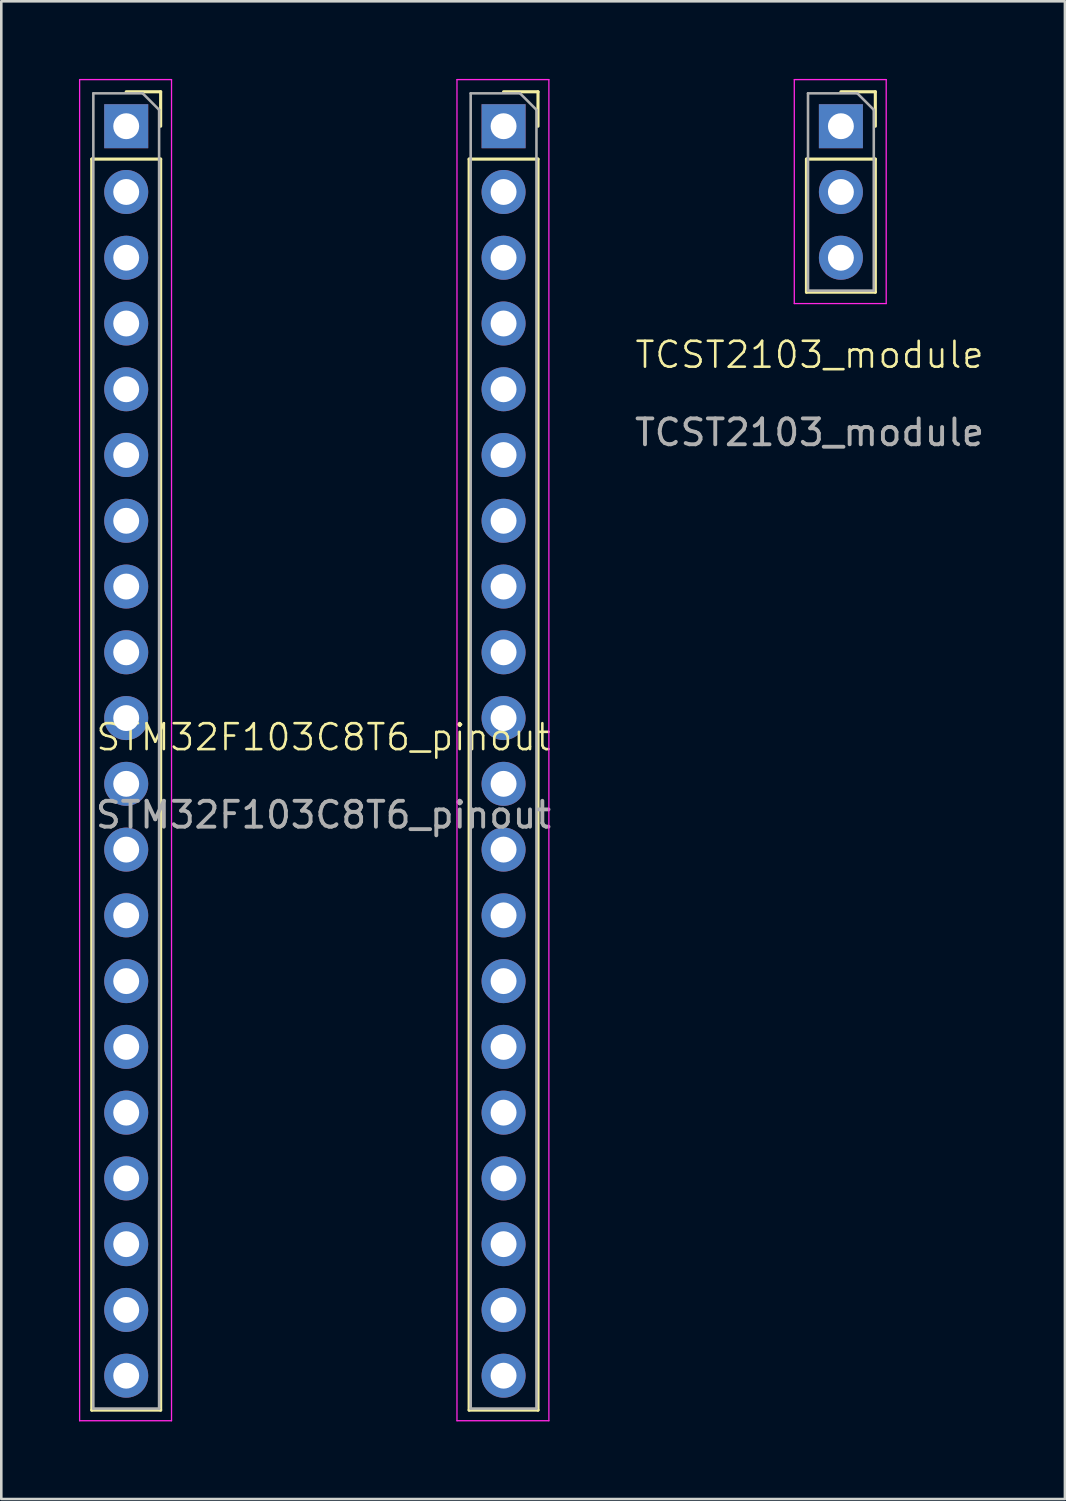
<source format=kicad_pcb>
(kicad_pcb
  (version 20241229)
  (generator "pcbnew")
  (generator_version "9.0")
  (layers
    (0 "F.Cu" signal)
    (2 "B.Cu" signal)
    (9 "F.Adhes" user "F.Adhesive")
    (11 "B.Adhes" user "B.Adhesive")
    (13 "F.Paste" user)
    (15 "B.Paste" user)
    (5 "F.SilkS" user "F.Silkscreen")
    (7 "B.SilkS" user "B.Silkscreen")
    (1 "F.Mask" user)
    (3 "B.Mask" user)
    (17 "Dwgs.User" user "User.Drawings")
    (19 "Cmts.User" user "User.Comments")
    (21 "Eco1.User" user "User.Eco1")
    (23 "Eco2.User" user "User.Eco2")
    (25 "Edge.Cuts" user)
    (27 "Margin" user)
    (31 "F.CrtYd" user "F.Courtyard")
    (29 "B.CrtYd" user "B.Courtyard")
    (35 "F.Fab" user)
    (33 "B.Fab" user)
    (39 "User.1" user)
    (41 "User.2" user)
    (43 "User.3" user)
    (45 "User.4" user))
  (footprint "TCST2103_module"
    (layer "F.Cu")
    (at 28.219 5.575)
    (property "Reference" "TCST2103_module" (at 0 5.08 0) (unlocked yes) (layer "F.SilkS") (effects (font (size 1 1) (thickness 0.1))))
    (attr through_hole)
    (fp_line (start -0.12 -2.48) (end -0.12 2.66) (stroke (width 0.12) (type solid)) (layer "F.SilkS"))
    (fp_line (start -0.12 -2.48) (end 2.54 -2.48) (stroke (width 0.12) (type solid)) (layer "F.SilkS"))
    (fp_line (start -0.12 2.66) (end 2.54 2.66) (stroke (width 0.12) (type solid)) (layer "F.SilkS"))
    (fp_line (start 1.21 -5.08) (end 2.54 -5.08) (stroke (width 0.12) (type solid)) (layer "F.SilkS"))
    (fp_line (start 2.54 -5.08) (end 2.54 -3.75) (stroke (width 0.12) (type solid)) (layer "F.SilkS"))
    (fp_line (start 2.54 -2.48) (end 2.54 2.66) (stroke (width 0.12) (type solid)) (layer "F.SilkS"))
    (fp_line (start -0.59 -5.55) (end 2.96 -5.55) (stroke (width 0.05) (type solid)) (layer "F.CrtYd"))
    (fp_line (start -0.59 3.1) (end -0.59 -5.55) (stroke (width 0.05) (type solid)) (layer "F.CrtYd"))
    (fp_line (start 2.96 -5.55) (end 2.96 3.1) (stroke (width 0.05) (type solid)) (layer "F.CrtYd"))
    (fp_line (start 2.96 3.1) (end -0.59 3.1) (stroke (width 0.05) (type solid)) (layer "F.CrtYd"))
    (fp_line (start -0.06 -5.02) (end 1.845 -5.02) (stroke (width 0.1) (type solid)) (layer "F.Fab"))
    (fp_line (start -0.06 2.6) (end -0.06 -5.02) (stroke (width 0.1) (type solid)) (layer "F.Fab"))
    (fp_line (start 1.845 -5.02) (end 2.48 -4.385) (stroke (width 0.1) (type solid)) (layer "F.Fab"))
    (fp_line (start 2.48 -4.385) (end 2.48 2.6) (stroke (width 0.1) (type solid)) (layer "F.Fab"))
    (fp_line (start 2.48 2.6) (end -0.06 2.6) (stroke (width 0.1) (type solid)) (layer "F.Fab"))
    (fp_text user "${REFERENCE}" (at 0 8.08 0) (unlocked yes) (layer "F.Fab") (effects (font (size 1 1) (thickness 0.15))))
    (pad "1" thru_hole rect (at 1.21 -3.75) (size 1.7 1.7) (drill 1) (layers "*.Cu" "*.Mask"))
    (pad "2" thru_hole oval (at 1.21 -1.21) (size 1.7 1.7) (drill 1) (layers "*.Cu" "*.Mask"))
    (pad "3" thru_hole oval (at 1.21 1.33) (size 1.7 1.7) (drill 1) (layers "*.Cu" "*.Mask")))
  (footprint "STM32F103C8T6_pinout"
    (layer "F.Cu")
    (at 9.445 25.425)
    (property "Reference" "STM32F103C8T6_pinout" (at 0 0 0) (unlocked yes) (layer "F.SilkS") (effects (font (size 1 1) (thickness 0.1))))
    (attr through_hole)
    (fp_line (start -8.95 -22.33) (end -8.95 25.99) (stroke (width 0.12) (type solid)) (layer "F.SilkS"))
    (fp_line (start -8.95 -22.33) (end -6.29 -22.33) (stroke (width 0.12) (type solid)) (layer "F.SilkS"))
    (fp_line (start -8.95 25.99) (end -6.29 25.99) (stroke (width 0.12) (type solid)) (layer "F.SilkS"))
    (fp_line (start -7.62 -24.93) (end -6.29 -24.93) (stroke (width 0.12) (type solid)) (layer "F.SilkS"))
    (fp_line (start -6.29 -24.93) (end -6.29 -23.6) (stroke (width 0.12) (type solid)) (layer "F.SilkS"))
    (fp_line (start -6.29 -22.33) (end -6.29 25.99) (stroke (width 0.12) (type solid)) (layer "F.SilkS"))
    (fp_line (start 5.625 -22.33) (end 5.625 25.99) (stroke (width 0.12) (type solid)) (layer "F.SilkS"))
    (fp_line (start 5.625 -22.33) (end 8.285 -22.33) (stroke (width 0.12) (type solid)) (layer "F.SilkS"))
    (fp_line (start 5.625 25.99) (end 8.285 25.99) (stroke (width 0.12) (type solid)) (layer "F.SilkS"))
    (fp_line (start 6.955 -24.93) (end 8.285 -24.93) (stroke (width 0.12) (type solid)) (layer "F.SilkS"))
    (fp_line (start 8.285 -24.93) (end 8.285 -23.6) (stroke (width 0.12) (type solid)) (layer "F.SilkS"))
    (fp_line (start 8.285 -22.33) (end 8.285 25.99) (stroke (width 0.12) (type solid)) (layer "F.SilkS"))
    (fp_line (start -9.42 -25.4) (end -5.87 -25.4) (stroke (width 0.05) (type solid)) (layer "F.CrtYd"))
    (fp_line (start -9.42 26.4) (end -9.42 -25.4) (stroke (width 0.05) (type solid)) (layer "F.CrtYd"))
    (fp_line (start -5.87 -25.4) (end -5.87 26.4) (stroke (width 0.05) (type solid)) (layer "F.CrtYd"))
    (fp_line (start -5.87 26.4) (end -9.42 26.4) (stroke (width 0.05) (type solid)) (layer "F.CrtYd"))
    (fp_line (start 5.155 -25.4) (end 8.705 -25.4) (stroke (width 0.05) (type solid)) (layer "F.CrtYd"))
    (fp_line (start 5.155 26.4) (end 5.155 -25.4) (stroke (width 0.05) (type solid)) (layer "F.CrtYd"))
    (fp_line (start 8.705 -25.4) (end 8.705 26.4) (stroke (width 0.05) (type solid)) (layer "F.CrtYd"))
    (fp_line (start 8.705 26.4) (end 5.155 26.4) (stroke (width 0.05) (type solid)) (layer "F.CrtYd"))
    (fp_line (start -8.89 -24.87) (end -6.985 -24.87) (stroke (width 0.1) (type solid)) (layer "F.Fab"))
    (fp_line (start -8.89 25.93) (end -8.89 -24.87) (stroke (width 0.1) (type solid)) (layer "F.Fab"))
    (fp_line (start -6.985 -24.87) (end -6.35 -24.235) (stroke (width 0.1) (type solid)) (layer "F.Fab"))
    (fp_line (start -6.35 -24.235) (end -6.35 25.93) (stroke (width 0.1) (type solid)) (layer "F.Fab"))
    (fp_line (start -6.35 25.93) (end -8.89 25.93) (stroke (width 0.1) (type solid)) (layer "F.Fab"))
    (fp_line (start 5.685 -24.87) (end 7.59 -24.87) (stroke (width 0.1) (type solid)) (layer "F.Fab"))
    (fp_line (start 5.685 25.93) (end 5.685 -24.87) (stroke (width 0.1) (type solid)) (layer "F.Fab"))
    (fp_line (start 7.59 -24.87) (end 8.225 -24.235) (stroke (width 0.1) (type solid)) (layer "F.Fab"))
    (fp_line (start 8.225 -24.235) (end 8.225 25.93) (stroke (width 0.1) (type solid)) (layer "F.Fab"))
    (fp_line (start 8.225 25.93) (end 5.685 25.93) (stroke (width 0.1) (type solid)) (layer "F.Fab"))
    (fp_text user "${REFERENCE}" (at 0 3 0) (unlocked yes) (layer "F.Fab") (effects (font (size 1 1) (thickness 0.15))))
    (pad "1" thru_hole oval (at 6.955 24.66) (size 1.7 1.7) (drill 1) (layers "*.Cu" "*.Mask"))
    (pad "2" thru_hole oval (at 6.955 22.12) (size 1.7 1.7) (drill 1) (layers "*.Cu" "*.Mask"))
    (pad "3" thru_hole oval (at 6.955 19.58) (size 1.7 1.7) (drill 1) (layers "*.Cu" "*.Mask"))
    (pad "3v" thru_hole oval (at -7.62 24.66) (size 1.7 1.7) (drill 1) (layers "*.Cu" "*.Mask"))
    (pad "3v" thru_hole oval (at 6.955 -18.52) (size 1.7 1.7) (drill 1) (layers "*.Cu" "*.Mask"))
    (pad "4" thru_hole oval (at 6.955 17.04) (size 1.7 1.7) (drill 1) (layers "*.Cu" "*.Mask"))
    (pad "5v" thru_hole oval (at -7.62 19.58) (size 1.7 1.7) (drill 1) (layers "*.Cu" "*.Mask"))
    (pad "7" thru_hole oval (at 6.955 -15.98) (size 1.7 1.7) (drill 1) (layers "*.Cu" "*.Mask"))
    (pad "10" thru_hole oval (at 6.955 14.5) (size 1.7 1.7) (drill 1) (layers "*.Cu" "*.Mask"))
    (pad "11" thru_hole oval (at 6.955 11.96) (size 1.7 1.7) (drill 1) (layers "*.Cu" "*.Mask"))
    (pad "12" thru_hole oval (at 6.955 9.42) (size 1.7 1.7) (drill 1) (layers "*.Cu" "*.Mask"))
    (pad "13" thru_hole oval (at 6.955 6.88) (size 1.7 1.7) (drill 1) (layers "*.Cu" "*.Mask"))
    (pad "14" thru_hole oval (at 6.955 4.34) (size 1.7 1.7) (drill 1) (layers "*.Cu" "*.Mask"))
    (pad "15" thru_hole oval (at 6.955 1.8) (size 1.7 1.7) (drill 1) (layers "*.Cu" "*.Mask"))
    (pad "16" thru_hole oval (at 6.955 -0.74) (size 1.7 1.7) (drill 1) (layers "*.Cu" "*.Mask"))
    (pad "17" thru_hole oval (at 6.955 -3.28) (size 1.7 1.7) (drill 1) (layers "*.Cu" "*.Mask"))
    (pad "18" thru_hole oval (at 6.955 -5.82) (size 1.7 1.7) (drill 1) (layers "*.Cu" "*.Mask"))
    (pad "19" thru_hole oval (at 6.955 -8.36) (size 1.7 1.7) (drill 1) (layers "*.Cu" "*.Mask"))
    (pad "21" thru_hole oval (at 6.955 -10.9) (size 1.7 1.7) (drill 1) (layers "*.Cu" "*.Mask"))
    (pad "22" thru_hole oval (at 6.955 -13.44) (size 1.7 1.7) (drill 1) (layers "*.Cu" "*.Mask"))
    (pad "25" thru_hole rect (at -7.62 -23.6) (size 1.7 1.7) (drill 1) (layers "*.Cu" "*.Mask"))
    (pad "26" thru_hole oval (at -7.62 -21.06) (size 1.7 1.7) (drill 1) (layers "*.Cu" "*.Mask"))
    (pad "27" thru_hole oval (at -7.62 -18.52) (size 1.7 1.7) (drill 1) (layers "*.Cu" "*.Mask"))
    (pad "28" thru_hole oval (at -7.62 -15.98) (size 1.7 1.7) (drill 1) (layers "*.Cu" "*.Mask"))
    (pad "29" thru_hole oval (at -7.62 -13.44) (size 1.7 1.7) (drill 1) (layers "*.Cu" "*.Mask"))
    (pad "30" thru_hole oval (at -7.62 -10.9) (size 1.7 1.7) (drill 1) (layers "*.Cu" "*.Mask"))
    (pad "31" thru_hole oval (at -7.62 -8.36) (size 1.7 1.7) (drill 1) (layers "*.Cu" "*.Mask"))
    (pad "32" thru_hole oval (at -7.62 -5.82) (size 1.7 1.7) (drill 1) (layers "*.Cu" "*.Mask"))
    (pad "33" thru_hole oval (at -7.62 -3.28) (size 1.7 1.7) (drill 1) (layers "*.Cu" "*.Mask"))
    (pad "38" thru_hole oval (at -7.62 -0.74) (size 1.7 1.7) (drill 1) (layers "*.Cu" "*.Mask"))
    (pad "39" thru_hole oval (at -7.62 1.8) (size 1.7 1.7) (drill 1) (layers "*.Cu" "*.Mask"))
    (pad "40" thru_hole oval (at -7.62 4.34) (size 1.7 1.7) (drill 1) (layers "*.Cu" "*.Mask"))
    (pad "41" thru_hole oval (at -7.62 6.88) (size 1.7 1.7) (drill 1) (layers "*.Cu" "*.Mask"))
    (pad "42" thru_hole oval (at -7.62 9.42) (size 1.7 1.7) (drill 1) (layers "*.Cu" "*.Mask"))
    (pad "43" thru_hole oval (at -7.62 11.96) (size 1.7 1.7) (drill 1) (layers "*.Cu" "*.Mask"))
    (pad "45" thru_hole oval (at -7.62 14.5) (size 1.7 1.7) (drill 1) (layers "*.Cu" "*.Mask"))
    (pad "46" thru_hole oval (at -7.62 17.04) (size 1.7 1.7) (drill 1) (layers "*.Cu" "*.Mask"))
    (pad "G" thru_hole oval (at -7.62 22.12) (size 1.7 1.7) (drill 1) (layers "*.Cu" "*.Mask"))
    (pad "G" thru_hole rect (at 6.955 -23.6) (size 1.7 1.7) (drill 1) (layers "*.Cu" "*.Mask"))
    (pad "G" thru_hole oval (at 6.955 -21.06) (size 1.7 1.7) (drill 1) (layers "*.Cu" "*.Mask")))
  (gr_rect
    (start -3 -3)
    (end 38.082 54.85)
    (stroke (width 0.1) (type default))
    (fill no)
    (layer "Edge.Cuts")))
</source>
